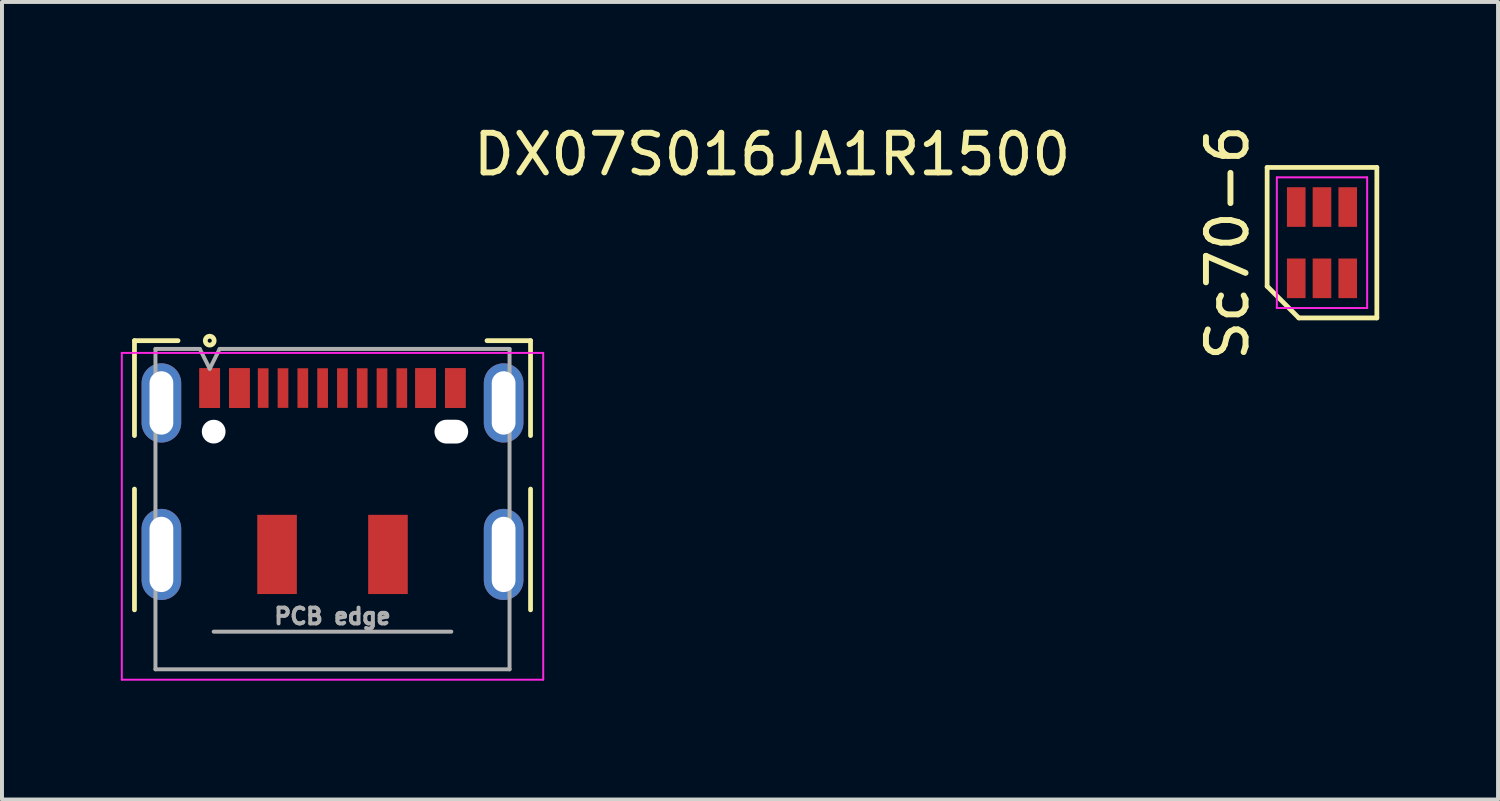
<source format=kicad_pcb>
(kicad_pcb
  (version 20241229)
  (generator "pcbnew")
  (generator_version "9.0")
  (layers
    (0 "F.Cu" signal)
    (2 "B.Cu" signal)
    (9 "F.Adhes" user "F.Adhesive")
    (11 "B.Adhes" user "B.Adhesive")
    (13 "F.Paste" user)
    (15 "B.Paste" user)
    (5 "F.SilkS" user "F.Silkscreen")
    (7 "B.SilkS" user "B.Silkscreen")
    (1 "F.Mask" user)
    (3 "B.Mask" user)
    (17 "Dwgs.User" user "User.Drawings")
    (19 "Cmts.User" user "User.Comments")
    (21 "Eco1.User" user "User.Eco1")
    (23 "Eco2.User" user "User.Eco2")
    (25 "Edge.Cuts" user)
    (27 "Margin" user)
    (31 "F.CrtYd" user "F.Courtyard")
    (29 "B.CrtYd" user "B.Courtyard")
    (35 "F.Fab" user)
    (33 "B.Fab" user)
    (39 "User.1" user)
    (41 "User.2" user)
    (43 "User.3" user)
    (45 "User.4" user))
  (footprint "Sc70-6"
    (layer "F.Cu")
    (at 30.327 3.077)
    (property "Reference" "Sc70-6" (at -2.385 0 90) (layer "F.SilkS") (effects (font (size 1 1) (thickness 0.15))))
    (attr smd)
    (fp_line (start -1.385 -1.9) (end 1.385 -1.9) (stroke (width 0.12) (type solid)) (layer "F.SilkS"))
    (fp_line (start -1.385 1.1) (end -1.385 -1.9) (stroke (width 0.12) (type solid)) (layer "F.SilkS"))
    (fp_line (start -0.585 1.9) (end -1.385 1.1) (stroke (width 0.12) (type solid)) (layer "F.SilkS"))
    (fp_line (start 1.385 -1.9) (end 1.385 1.9) (stroke (width 0.12) (type solid)) (layer "F.SilkS"))
    (fp_line (start 1.385 1.9) (end -0.585 1.9) (stroke (width 0.12) (type solid)) (layer "F.SilkS"))
    (fp_line (start -1.14 -1.65) (end 1.14 -1.65) (stroke (width 0.05) (type solid)) (layer "F.CrtYd"))
    (fp_line (start -1.14 1.65) (end -1.14 -1.65) (stroke (width 0.05) (type solid)) (layer "F.CrtYd"))
    (fp_line (start 1.14 -1.65) (end 1.14 1.65) (stroke (width 0.05) (type solid)) (layer "F.CrtYd"))
    (fp_line (start 1.14 1.65) (end -1.14 1.65) (stroke (width 0.05) (type solid)) (layer "F.CrtYd"))
    (pad "1" smd rect (at -0.65 0.9) (size 0.47 1) (layers "F.Cu" "F.Mask" "F.Paste"))
    (pad "2" smd rect (at 0 0.9) (size 0.47 1) (layers "F.Cu" "F.Mask" "F.Paste"))
    (pad "3" smd rect (at 0.65 0.9) (size 0.47 1) (layers "F.Cu" "F.Mask" "F.Paste"))
    (pad "4" smd rect (at 0.65 -0.9) (size 0.47 1) (layers "F.Cu" "F.Mask" "F.Paste"))
    (pad "5" smd rect (at 0 -0.9) (size 0.47 1) (layers "F.Cu" "F.Mask" "F.Paste"))
    (pad "6" smd rect (at -0.65 -0.9) (size 0.47 1) (layers "F.Cu" "F.Mask" "F.Paste")))
  (footprint "DX07S016JA1R1500"
    (layer "F.Cu")
    (at 5.345 10.948)
    (property "Reference" "DX07S016JA1R1500" (at 11.1 -10.1 0) (layer "F.SilkS") (effects (font (size 1 1) (thickness 0.15))))
    (attr through_hole)
    (fp_line (start -5 -5.397) (end -5 -3) (stroke (width 0.12) (type solid)) (layer "F.SilkS"))
    (fp_line (start -5 -5.397) (end -3.9 -5.397) (stroke (width 0.12) (type solid)) (layer "F.SilkS"))
    (fp_line (start -5 -1.65) (end -5 1.4) (stroke (width 0.12) (type solid)) (layer "F.SilkS"))
    (fp_line (start 3.9 -5.397) (end 5 -5.397) (stroke (width 0.12) (type solid)) (layer "F.SilkS"))
    (fp_line (start 5 -5.397) (end 5 -3) (stroke (width 0.12) (type solid)) (layer "F.SilkS"))
    (fp_line (start 5 -1.65) (end 5 1.4) (stroke (width 0.12) (type solid)) (layer "F.SilkS"))
    (fp_circle (center -3.1 -5.397) (end -2.988 -5.397) (stroke (width 0.12) (type solid)) (fill no) (layer "F.SilkS"))
    (fp_line (start -5.32 -5.088) (end -5.32 3.163) (stroke (width 0.05) (type solid)) (layer "F.CrtYd"))
    (fp_line (start -5.32 -5.088) (end 5.32 -5.088) (stroke (width 0.05) (type solid)) (layer "F.CrtYd"))
    (fp_line (start -5.32 3.163) (end 5.32 3.163) (stroke (width 0.05) (type solid)) (layer "F.CrtYd"))
    (fp_line (start 5.32 -5.088) (end 5.32 3.163) (stroke (width 0.05) (type solid)) (layer "F.CrtYd"))
    (fp_line (start -4.47 -5.188) (end -4.47 2.9) (stroke (width 0.1) (type solid)) (layer "F.Fab"))
    (fp_line (start -4.47 -5.188) (end -3.35 -5.188) (stroke (width 0.1) (type solid)) (layer "F.Fab"))
    (fp_line (start -4.47 2.9) (end 4.47 2.9) (stroke (width 0.1) (type solid)) (layer "F.Fab"))
    (fp_line (start -3.35 -5.188) (end -3.1 -4.688) (stroke (width 0.1) (type solid)) (layer "F.Fab"))
    (fp_line (start -3.1 -4.688) (end -2.85 -5.188) (stroke (width 0.1) (type solid)) (layer "F.Fab"))
    (fp_line (start -3 1.95) (end 3 1.95) (stroke (width 0.1) (type solid)) (layer "F.Fab"))
    (fp_line (start -2.85 -5.188) (end 4.47 -5.188) (stroke (width 0.1) (type solid)) (layer "F.Fab"))
    (fp_line (start 4.47 -5.188) (end 4.47 2.9) (stroke (width 0.1) (type solid)) (layer "F.Fab"))
    (fp_text user "PCB edge" (at 0 1.562 0) (layer "F.Fab") (effects (font (size 0.4 0.4) (thickness 0.1))))
    (pad "" np_thru_hole circle (at -3 -3.1) (size 0.6 0.6) (drill 0.6) (layers "*.Cu" "*.Mask"))
    (pad "" np_thru_hole oval (at 3 -3.1) (size 0.85 0.6) (drill oval 0.85 0.6) (layers "*.Cu" "*.Mask"))
    (pad "A1" smd rect (at -3.1 -4.2) (size 0.52 1) (layers "F.Cu" "F.Mask" "F.Paste"))
    (pad "A4" smd rect (at -2.35 -4.2) (size 0.52 1) (layers "F.Cu" "F.Mask" "F.Paste"))
    (pad "A5" smd rect (at -1.75 -4.2) (size 0.27 1) (layers "F.Cu" "F.Mask" "F.Paste"))
    (pad "A6" smd rect (at -0.25 -4.2) (size 0.27 1) (layers "F.Cu" "F.Mask" "F.Paste"))
    (pad "A7" smd rect (at 0.75 -4.2) (size 0.27 1) (layers "F.Cu" "F.Mask" "F.Paste"))
    (pad "A8" smd rect (at 1.75 -4.2) (size 0.27 1) (layers "F.Cu" "F.Mask" "F.Paste"))
    (pad "A9" smd rect (at 2.35 -4.2) (size 0.52 1) (layers "F.Cu" "F.Mask" "F.Paste"))
    (pad "A12" smd rect (at 3.1 -4.2) (size 0.52 1) (layers "F.Cu" "F.Mask" "F.Paste"))
    (pad "B1" smd rect (at 3.1 -4.2) (size 0.52 1) (layers "F.Cu" "F.Mask" "F.Paste"))
    (pad "B4" smd rect (at 2.35 -4.2) (size 0.52 1) (layers "F.Cu" "F.Mask" "F.Paste"))
    (pad "B5" smd rect (at 1.25 -4.2) (size 0.27 1) (layers "F.Cu" "F.Mask" "F.Paste"))
    (pad "B6" smd rect (at 0.25 -4.2) (size 0.27 1) (layers "F.Cu" "F.Mask" "F.Paste"))
    (pad "B7" smd rect (at -0.75 -4.2) (size 0.27 1) (layers "F.Cu" "F.Mask" "F.Paste"))
    (pad "B8" smd rect (at -1.25 -4.2) (size 0.27 1) (layers "F.Cu" "F.Mask" "F.Paste"))
    (pad "B9" smd rect (at -2.35 -4.2) (size 0.52 1) (layers "F.Cu" "F.Mask" "F.Paste"))
    (pad "B12" smd rect (at -3.1 -4.2) (size 0.52 1) (layers "F.Cu" "F.Mask" "F.Paste"))
    (pad "S1" thru_hole oval (at -4.32 -3.825) (size 1 2) (drill oval 0.6 1.6) (layers "*.Cu" "*.Mask"))
    (pad "S1" thru_hole oval (at -4.32 0) (size 1 2.3) (drill oval 0.6 1.9) (layers "*.Cu" "*.Mask"))
    (pad "S1" smd rect (at -1.4 0) (size 1 2) (layers "F.Cu" "F.Mask" "F.Paste"))
    (pad "S1" smd rect (at 1.4 0) (size 1 2) (layers "F.Cu" "F.Mask" "F.Paste"))
    (pad "S1" thru_hole oval (at 4.32 -3.825) (size 1 2) (drill oval 0.6 1.6) (layers "*.Cu" "*.Mask"))
    (pad "S1" thru_hole oval (at 4.32 0) (size 1 2.3) (drill oval 0.6 1.9) (layers "*.Cu" "*.Mask")))
  (gr_rect
    (start -3 -3)
    (end 34.772 17.136)
    (stroke (width 0.1) (type default))
    (fill no)
    (layer "Edge.Cuts")))
</source>
